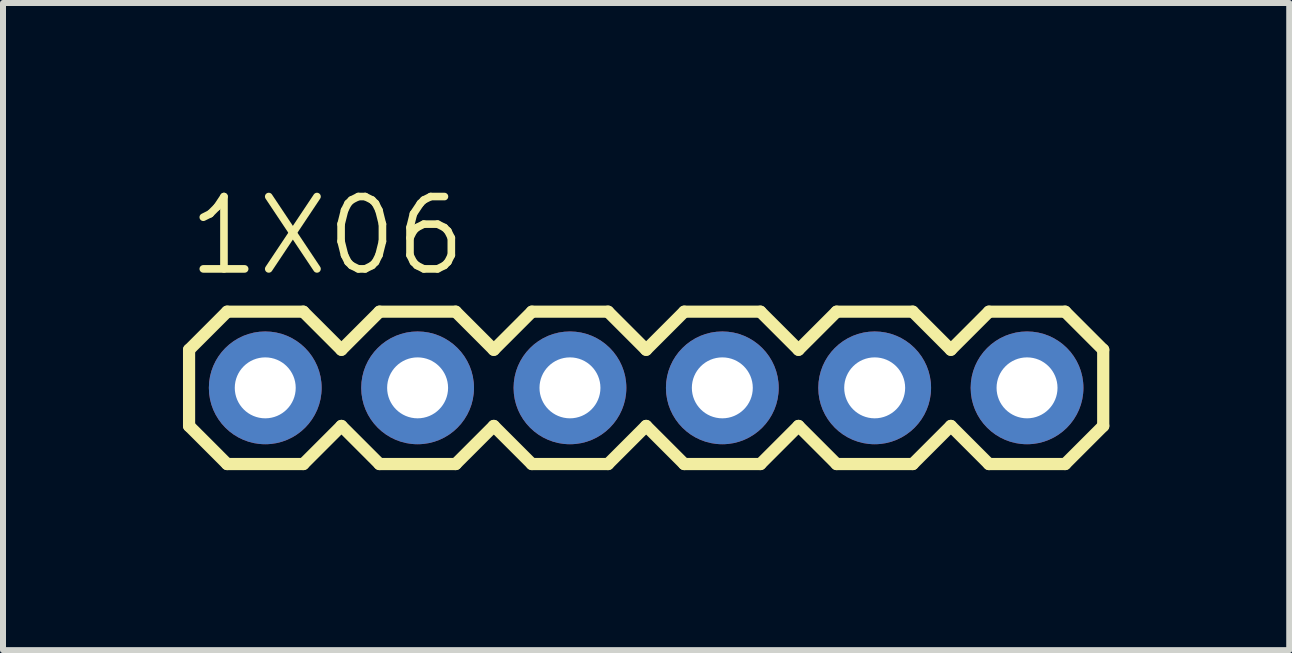
<source format=kicad_pcb>
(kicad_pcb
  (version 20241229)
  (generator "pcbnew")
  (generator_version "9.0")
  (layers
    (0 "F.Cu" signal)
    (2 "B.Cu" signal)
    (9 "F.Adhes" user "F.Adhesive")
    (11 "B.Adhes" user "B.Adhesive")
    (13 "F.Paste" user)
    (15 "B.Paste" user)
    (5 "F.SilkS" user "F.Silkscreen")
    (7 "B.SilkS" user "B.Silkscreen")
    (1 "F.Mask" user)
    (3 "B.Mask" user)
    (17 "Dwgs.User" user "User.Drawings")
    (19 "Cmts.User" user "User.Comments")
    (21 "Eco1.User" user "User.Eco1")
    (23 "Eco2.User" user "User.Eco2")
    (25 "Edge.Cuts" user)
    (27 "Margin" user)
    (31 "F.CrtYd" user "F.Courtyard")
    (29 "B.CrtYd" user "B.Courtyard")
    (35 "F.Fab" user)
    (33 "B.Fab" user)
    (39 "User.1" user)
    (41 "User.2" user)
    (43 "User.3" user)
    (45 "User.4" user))
  (footprint "1X06"
    (layer "F.Cu")
    (at 1.372 3.416)
    (property "Reference" "1X06" (at -1.346 -1.829 0) (layer "F.SilkS") (effects (font (size 1.206 1.206) (thickness 0.127)) (justify left bottom)))
    (attr through_hole)
    (fp_line (start -1.27 -0.635) (end -1.27 0.635) (stroke (width 0.203) (type solid)) (layer "F.SilkS"))
    (fp_line (start -1.27 0.635) (end -0.635 1.27) (stroke (width 0.203) (type solid)) (layer "F.SilkS"))
    (fp_line (start -0.635 -1.27) (end -1.27 -0.635) (stroke (width 0.203) (type solid)) (layer "F.SilkS"))
    (fp_line (start -0.635 -1.27) (end 0.635 -1.27) (stroke (width 0.203) (type solid)) (layer "F.SilkS"))
    (fp_line (start 0.635 -1.27) (end 1.27 -0.635) (stroke (width 0.203) (type solid)) (layer "F.SilkS"))
    (fp_line (start 0.635 1.27) (end -0.635 1.27) (stroke (width 0.203) (type solid)) (layer "F.SilkS"))
    (fp_line (start 1.27 -0.635) (end 1.905 -1.27) (stroke (width 0.203) (type solid)) (layer "F.SilkS"))
    (fp_line (start 1.27 0.635) (end 0.635 1.27) (stroke (width 0.203) (type solid)) (layer "F.SilkS"))
    (fp_line (start 1.905 -1.27) (end 3.175 -1.27) (stroke (width 0.203) (type solid)) (layer "F.SilkS"))
    (fp_line (start 1.905 1.27) (end 1.27 0.635) (stroke (width 0.203) (type solid)) (layer "F.SilkS"))
    (fp_line (start 3.175 -1.27) (end 3.81 -0.635) (stroke (width 0.203) (type solid)) (layer "F.SilkS"))
    (fp_line (start 3.175 1.27) (end 1.905 1.27) (stroke (width 0.203) (type solid)) (layer "F.SilkS"))
    (fp_line (start 3.81 -0.635) (end 4.445 -1.27) (stroke (width 0.203) (type solid)) (layer "F.SilkS"))
    (fp_line (start 3.81 0.635) (end 3.175 1.27) (stroke (width 0.203) (type solid)) (layer "F.SilkS"))
    (fp_line (start 4.445 -1.27) (end 5.715 -1.27) (stroke (width 0.203) (type solid)) (layer "F.SilkS"))
    (fp_line (start 4.445 1.27) (end 3.81 0.635) (stroke (width 0.203) (type solid)) (layer "F.SilkS"))
    (fp_line (start 5.715 -1.27) (end 6.35 -0.635) (stroke (width 0.203) (type solid)) (layer "F.SilkS"))
    (fp_line (start 5.715 1.27) (end 4.445 1.27) (stroke (width 0.203) (type solid)) (layer "F.SilkS"))
    (fp_line (start 6.35 0.635) (end 5.715 1.27) (stroke (width 0.203) (type solid)) (layer "F.SilkS"))
    (fp_line (start 6.35 0.635) (end 6.985 1.27) (stroke (width 0.203) (type solid)) (layer "F.SilkS"))
    (fp_line (start 6.985 -1.27) (end 6.35 -0.635) (stroke (width 0.203) (type solid)) (layer "F.SilkS"))
    (fp_line (start 6.985 -1.27) (end 8.255 -1.27) (stroke (width 0.203) (type solid)) (layer "F.SilkS"))
    (fp_line (start 8.255 -1.27) (end 8.89 -0.635) (stroke (width 0.203) (type solid)) (layer "F.SilkS"))
    (fp_line (start 8.255 1.27) (end 6.985 1.27) (stroke (width 0.203) (type solid)) (layer "F.SilkS"))
    (fp_line (start 8.89 -0.635) (end 9.525 -1.27) (stroke (width 0.203) (type solid)) (layer "F.SilkS"))
    (fp_line (start 8.89 0.635) (end 8.255 1.27) (stroke (width 0.203) (type solid)) (layer "F.SilkS"))
    (fp_line (start 9.525 -1.27) (end 10.795 -1.27) (stroke (width 0.203) (type solid)) (layer "F.SilkS"))
    (fp_line (start 9.525 1.27) (end 8.89 0.635) (stroke (width 0.203) (type solid)) (layer "F.SilkS"))
    (fp_line (start 10.795 -1.27) (end 11.43 -0.635) (stroke (width 0.203) (type solid)) (layer "F.SilkS"))
    (fp_line (start 10.795 1.27) (end 9.525 1.27) (stroke (width 0.203) (type solid)) (layer "F.SilkS"))
    (fp_line (start 11.43 -0.635) (end 12.065 -1.27) (stroke (width 0.203) (type solid)) (layer "F.SilkS"))
    (fp_line (start 11.43 0.635) (end 10.795 1.27) (stroke (width 0.203) (type solid)) (layer "F.SilkS"))
    (fp_line (start 12.065 -1.27) (end 13.335 -1.27) (stroke (width 0.203) (type solid)) (layer "F.SilkS"))
    (fp_line (start 12.065 1.27) (end 11.43 0.635) (stroke (width 0.203) (type solid)) (layer "F.SilkS"))
    (fp_line (start 13.335 -1.27) (end 13.97 -0.635) (stroke (width 0.203) (type solid)) (layer "F.SilkS"))
    (fp_line (start 13.335 1.27) (end 12.065 1.27) (stroke (width 0.203) (type solid)) (layer "F.SilkS"))
    (fp_line (start 13.97 -0.635) (end 13.97 0.635) (stroke (width 0.203) (type solid)) (layer "F.SilkS"))
    (fp_line (start 13.97 0.635) (end 13.335 1.27) (stroke (width 0.203) (type solid)) (layer "F.SilkS"))
    (fp_poly (pts (xy -0.254 0.254) (xy 0.254 0.254) (xy 0.254 -0.254) (xy -0.254 -0.254)) (stroke (width 0.1) (type solid)) (fill no) (layer "F.Fab"))
    (fp_poly (pts (xy 2.286 0.254) (xy 2.794 0.254) (xy 2.794 -0.254) (xy 2.286 -0.254)) (stroke (width 0.1) (type solid)) (fill no) (layer "F.Fab"))
    (fp_poly (pts (xy 4.826 0.254) (xy 5.334 0.254) (xy 5.334 -0.254) (xy 4.826 -0.254)) (stroke (width 0.1) (type solid)) (fill no) (layer "F.Fab"))
    (fp_poly (pts (xy 7.366 0.254) (xy 7.874 0.254) (xy 7.874 -0.254) (xy 7.366 -0.254)) (stroke (width 0.1) (type solid)) (fill no) (layer "F.Fab"))
    (fp_poly (pts (xy 9.906 0.254) (xy 10.414 0.254) (xy 10.414 -0.254) (xy 9.906 -0.254)) (stroke (width 0.1) (type solid)) (fill no) (layer "F.Fab"))
    (fp_poly (pts (xy 12.446 0.254) (xy 12.954 0.254) (xy 12.954 -0.254) (xy 12.446 -0.254)) (stroke (width 0.1) (type solid)) (fill no) (layer "F.Fab"))
    (pad "1" thru_hole circle (at 0 0 90) (size 1.88 1.88) (drill 1.016) (layers "*.Cu" "*.Mask"))
    (pad "2" thru_hole circle (at 2.54 0 90) (size 1.88 1.88) (drill 1.016) (layers "*.Cu" "*.Mask"))
    (pad "3" thru_hole circle (at 5.08 0 90) (size 1.88 1.88) (drill 1.016) (layers "*.Cu" "*.Mask"))
    (pad "4" thru_hole circle (at 7.62 0 90) (size 1.88 1.88) (drill 1.016) (layers "*.Cu" "*.Mask"))
    (pad "5" thru_hole circle (at 10.16 0 90) (size 1.88 1.88) (drill 1.016) (layers "*.Cu" "*.Mask"))
    (pad "6" thru_hole circle (at 12.7 0 90) (size 1.88 1.88) (drill 1.016) (layers "*.Cu" "*.Mask")))
  (gr_rect
    (start -3 -3)
    (end 18.443 7.788)
    (stroke (width 0.1) (type default))
    (fill no)
    (layer "Edge.Cuts")))
</source>
